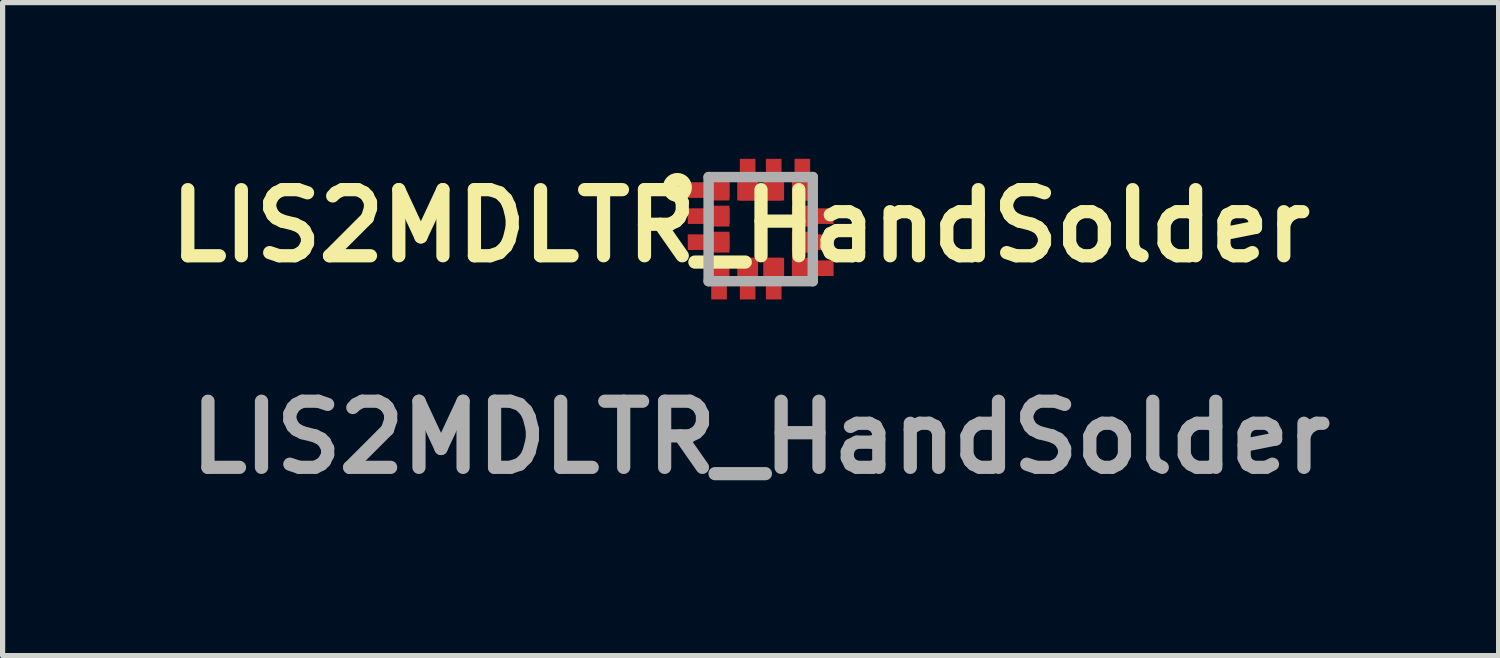
<source format=kicad_pcb>
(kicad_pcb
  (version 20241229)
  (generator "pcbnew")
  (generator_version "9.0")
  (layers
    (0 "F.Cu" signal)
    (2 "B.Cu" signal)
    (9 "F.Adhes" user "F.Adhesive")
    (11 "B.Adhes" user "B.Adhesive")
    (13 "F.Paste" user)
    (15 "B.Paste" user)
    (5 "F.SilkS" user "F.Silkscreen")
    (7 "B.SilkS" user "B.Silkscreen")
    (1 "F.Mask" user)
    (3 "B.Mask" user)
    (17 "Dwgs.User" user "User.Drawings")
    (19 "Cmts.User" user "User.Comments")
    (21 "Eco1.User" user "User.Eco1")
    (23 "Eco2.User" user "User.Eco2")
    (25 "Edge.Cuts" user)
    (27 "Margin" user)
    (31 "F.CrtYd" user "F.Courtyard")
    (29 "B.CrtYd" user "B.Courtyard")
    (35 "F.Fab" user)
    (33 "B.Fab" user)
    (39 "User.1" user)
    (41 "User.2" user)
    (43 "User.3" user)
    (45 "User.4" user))
  (footprint "LIS2MDLTR_HandSolder"
    (layer "F.Cu")
    (at 11.557 1.35)
    (property "Reference" "LIS2MDLTR_HandSolder" (at -0.387 -0.063 0) (layer "F.SilkS") (effects (font (size 1.27 1.27) (thickness 0.254))))
    (attr smd)
    (fp_rect (start -1 -1) (end 1 1) (stroke (width 0.1) (type default)) (fill no) (layer "F.SilkS"))
    (fp_circle (center -1.6 -0.8) (end -1.6 -0.775) (stroke (width 0.254) (type solid)) (fill no) (layer "F.SilkS"))
    (fp_line (start -1 -1) (end 1 -1) (stroke (width 0.2) (type solid)) (layer "F.Fab"))
    (fp_line (start -1 1) (end -1 -1) (stroke (width 0.2) (type solid)) (layer "F.Fab"))
    (fp_line (start 1 -1) (end 1 1) (stroke (width 0.2) (type solid)) (layer "F.Fab"))
    (fp_line (start 1 1) (end -1 1) (stroke (width 0.2) (type solid)) (layer "F.Fab"))
    (fp_text user "${REFERENCE}" (at 0 4 0) (layer "F.Fab") (effects (font (size 1.27 1.27) (thickness 0.254))))
    (pad "1" smd rect (at -1 -0.75 90) (size 0.3 0.8) (layers "F.Cu" "F.Mask" "F.Paste"))
    (pad "1" smd rect (at -0.8 -0.75 90) (size 0.4 0.4) (layers "F.Cu" "F.Mask" "F.Paste"))
    (pad "2" smd rect (at -1 -0.25 90) (size 0.3 0.8) (layers "F.Cu" "F.Mask" "F.Paste"))
    (pad "2" smd rect (at -0.8 -0.25 90) (size 0.4 0.4) (layers "F.Cu" "F.Mask" "F.Paste"))
    (pad "3" smd rect (at -1 0.25 90) (size 0.3 0.8) (layers "F.Cu" "F.Mask" "F.Paste"))
    (pad "3" smd rect (at -0.8 0.25 90) (size 0.4 0.4) (layers "F.Cu" "F.Mask" "F.Paste"))
    (pad "4" smd rect (at -0.8 0.75 90) (size 0.4 0.4) (layers "F.Cu" "F.Mask" "F.Paste"))
    (pad "4" smd rect (at -0.8 0.95 90) (size 0.8 0.3) (layers "F.Cu" "F.Mask" "F.Paste"))
    (pad "5" smd rect (at -0.25 0.75 90) (size 0.4 0.4) (layers "F.Cu" "F.Mask" "F.Paste"))
    (pad "5" smd rect (at -0.25 0.95 90) (size 0.8 0.3) (layers "F.Cu" "F.Mask" "F.Paste"))
    (pad "6" smd rect (at 0.25 0.75 90) (size 0.4 0.4) (layers "F.Cu" "F.Mask" "F.Paste"))
    (pad "6" smd rect (at 0.25 0.95 90) (size 0.8 0.3) (layers "F.Cu" "F.Mask" "F.Paste"))
    (pad "7" smd rect (at 0.8 0.75 90) (size 0.4 0.4) (layers "F.Cu" "F.Mask" "F.Paste"))
    (pad "7" smd rect (at 1 0.75 90) (size 0.3 0.8) (layers "F.Cu" "F.Mask" "F.Paste"))
    (pad "8" smd rect (at 0.8 0.25 90) (size 0.4 0.4) (layers "F.Cu" "F.Mask" "F.Paste"))
    (pad "8" smd rect (at 1 0.25 90) (size 0.3 0.8) (layers "F.Cu" "F.Mask" "F.Paste"))
    (pad "9" smd rect (at 0.8 -0.25 90) (size 0.4 0.4) (layers "F.Cu" "F.Mask" "F.Paste"))
    (pad "9" smd rect (at 1 -0.25 90) (size 0.3 0.8) (layers "F.Cu" "F.Mask" "F.Paste"))
    (pad "10" smd rect (at 0.8 -0.95 90) (size 0.8 0.3) (layers "F.Cu" "F.Mask" "F.Paste"))
    (pad "10" smd rect (at 0.8 -0.75 90) (size 0.4 0.4) (layers "F.Cu" "F.Mask" "F.Paste"))
    (pad "11" smd rect (at 0.25 -0.95 90) (size 0.8 0.3) (layers "F.Cu" "F.Mask" "F.Paste"))
    (pad "11" smd rect (at 0.25 -0.75 90) (size 0.4 0.4) (layers "F.Cu" "F.Mask" "F.Paste"))
    (pad "12" smd rect (at -0.25 -0.95 90) (size 0.8 0.3) (layers "F.Cu" "F.Mask" "F.Paste"))
    (pad "12" smd rect (at -0.25 -0.75 90) (size 0.4 0.4) (layers "F.Cu" "F.Mask" "F.Paste")))
  (gr_rect
    (start -3 -3)
    (end 25.727 9.539)
    (stroke (width 0.1) (type default))
    (fill no)
    (layer "Edge.Cuts")))
</source>
